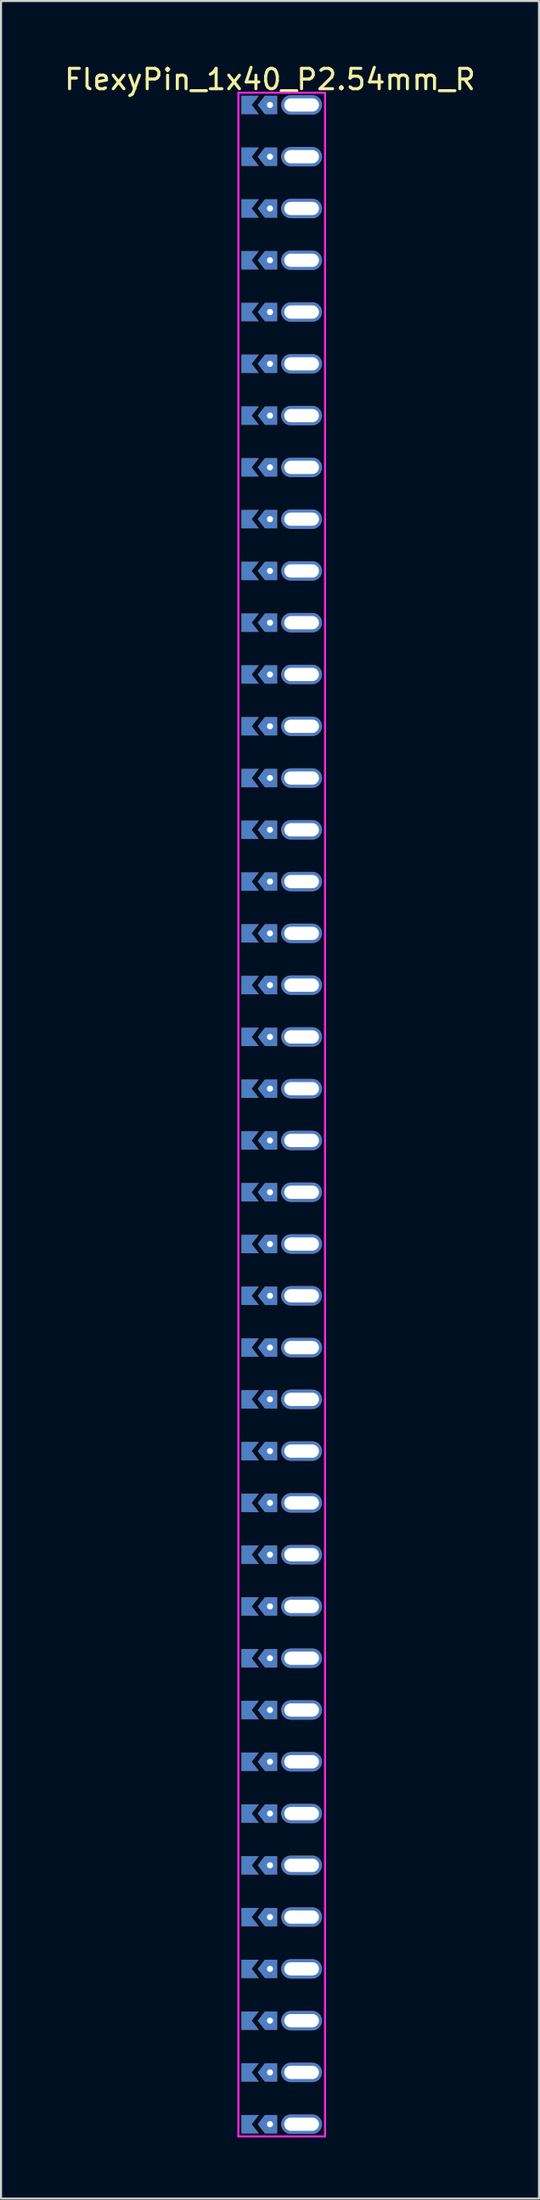
<source format=kicad_pcb>
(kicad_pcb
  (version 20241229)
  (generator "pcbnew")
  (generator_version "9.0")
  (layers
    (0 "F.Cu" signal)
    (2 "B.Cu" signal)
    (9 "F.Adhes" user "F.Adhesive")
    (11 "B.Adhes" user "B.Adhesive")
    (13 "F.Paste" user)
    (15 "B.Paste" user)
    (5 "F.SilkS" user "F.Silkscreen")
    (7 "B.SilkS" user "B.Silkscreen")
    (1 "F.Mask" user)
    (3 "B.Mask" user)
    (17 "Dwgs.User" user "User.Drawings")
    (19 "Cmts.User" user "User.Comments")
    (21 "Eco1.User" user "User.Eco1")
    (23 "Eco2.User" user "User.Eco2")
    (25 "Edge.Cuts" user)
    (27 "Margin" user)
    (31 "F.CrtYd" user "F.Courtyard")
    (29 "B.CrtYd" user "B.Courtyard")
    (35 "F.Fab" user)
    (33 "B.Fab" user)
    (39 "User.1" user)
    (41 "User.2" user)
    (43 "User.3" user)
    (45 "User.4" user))
  (footprint "FlexyPin_1x40_P2.54mm_R"
    (layer "F.Cu")
    (at 10.196 2.098)
    (property "Reference" "FlexyPin_1x40_P2.54mm_R" (at 0 -1.25 0) (layer "F.SilkS") (effects (font (size 1 1) (thickness 0.15))))
    (attr through_hole)
    (fp_line (start -1.55 -0.6) (end 2.7 -0.6) (stroke (width 0.1) (type solid)) (layer "F.CrtYd"))
    (fp_line (start -1.55 99.66) (end -1.55 -0.6) (stroke (width 0.1) (type solid)) (layer "F.CrtYd"))
    (fp_line (start 2.7 -0.6) (end 2.7 99.66) (stroke (width 0.1) (type solid)) (layer "F.CrtYd"))
    (fp_line (start 2.7 99.66) (end -1.55 99.66) (stroke (width 0.1) (type solid)) (layer "F.CrtYd"))
    (pad "" thru_hole custom (at 0 0) (size 0.3 0.3) (drill 0.6) (layers "*.Cu" "*.Mask") (options (anchor rect)) (primitives (gr_poly (pts (xy 0.35 0.45) (xy 0.35 -0.45) (xy -0.25 -0.45) (xy -0.6 0) (xy -0.25 0.45)) (width 0) (fill yes))))
    (pad "" thru_hole custom (at 0 2.54) (size 0.3 0.3) (drill 0.6) (layers "*.Cu" "*.Mask") (options (anchor rect)) (primitives (gr_poly (pts (xy 0.35 0.45) (xy 0.35 -0.45) (xy -0.25 -0.45) (xy -0.6 0) (xy -0.25 0.45)) (width 0) (fill yes))))
    (pad "" thru_hole custom (at 0 5.08) (size 0.3 0.3) (drill 0.6) (layers "*.Cu" "*.Mask") (options (anchor rect)) (primitives (gr_poly (pts (xy 0.35 0.45) (xy 0.35 -0.45) (xy -0.25 -0.45) (xy -0.6 0) (xy -0.25 0.45)) (width 0) (fill yes))))
    (pad "" thru_hole custom (at 0 7.62) (size 0.3 0.3) (drill 0.6) (layers "*.Cu" "*.Mask") (options (anchor rect)) (primitives (gr_poly (pts (xy 0.35 0.45) (xy 0.35 -0.45) (xy -0.25 -0.45) (xy -0.6 0) (xy -0.25 0.45)) (width 0) (fill yes))))
    (pad "" thru_hole custom (at 0 10.16) (size 0.3 0.3) (drill 0.6) (layers "*.Cu" "*.Mask") (options (anchor rect)) (primitives (gr_poly (pts (xy 0.35 0.45) (xy 0.35 -0.45) (xy -0.25 -0.45) (xy -0.6 0) (xy -0.25 0.45)) (width 0) (fill yes))))
    (pad "" thru_hole custom (at 0 12.7) (size 0.3 0.3) (drill 0.6) (layers "*.Cu" "*.Mask") (options (anchor rect)) (primitives (gr_poly (pts (xy 0.35 0.45) (xy 0.35 -0.45) (xy -0.25 -0.45) (xy -0.6 0) (xy -0.25 0.45)) (width 0) (fill yes))))
    (pad "" thru_hole custom (at 0 15.24) (size 0.3 0.3) (drill 0.6) (layers "*.Cu" "*.Mask") (options (anchor rect)) (primitives (gr_poly (pts (xy 0.35 0.45) (xy 0.35 -0.45) (xy -0.25 -0.45) (xy -0.6 0) (xy -0.25 0.45)) (width 0) (fill yes))))
    (pad "" thru_hole custom (at 0 17.78) (size 0.3 0.3) (drill 0.6) (layers "*.Cu" "*.Mask") (options (anchor rect)) (primitives (gr_poly (pts (xy 0.35 0.45) (xy 0.35 -0.45) (xy -0.25 -0.45) (xy -0.6 0) (xy -0.25 0.45)) (width 0) (fill yes))))
    (pad "" thru_hole custom (at 0 20.32) (size 0.3 0.3) (drill 0.6) (layers "*.Cu" "*.Mask") (options (anchor rect)) (primitives (gr_poly (pts (xy 0.35 0.45) (xy 0.35 -0.45) (xy -0.25 -0.45) (xy -0.6 0) (xy -0.25 0.45)) (width 0) (fill yes))))
    (pad "" thru_hole custom (at 0 22.86) (size 0.3 0.3) (drill 0.6) (layers "*.Cu" "*.Mask") (options (anchor rect)) (primitives (gr_poly (pts (xy 0.35 0.45) (xy 0.35 -0.45) (xy -0.25 -0.45) (xy -0.6 0) (xy -0.25 0.45)) (width 0) (fill yes))))
    (pad "" thru_hole custom (at 0 25.4) (size 0.3 0.3) (drill 0.6) (layers "*.Cu" "*.Mask") (options (anchor rect)) (primitives (gr_poly (pts (xy 0.35 0.45) (xy 0.35 -0.45) (xy -0.25 -0.45) (xy -0.6 0) (xy -0.25 0.45)) (width 0) (fill yes))))
    (pad "" thru_hole custom (at 0 27.94) (size 0.3 0.3) (drill 0.6) (layers "*.Cu" "*.Mask") (options (anchor rect)) (primitives (gr_poly (pts (xy 0.35 0.45) (xy 0.35 -0.45) (xy -0.25 -0.45) (xy -0.6 0) (xy -0.25 0.45)) (width 0) (fill yes))))
    (pad "" thru_hole custom (at 0 30.48) (size 0.3 0.3) (drill 0.6) (layers "*.Cu" "*.Mask") (options (anchor rect)) (primitives (gr_poly (pts (xy 0.35 0.45) (xy 0.35 -0.45) (xy -0.25 -0.45) (xy -0.6 0) (xy -0.25 0.45)) (width 0) (fill yes))))
    (pad "" thru_hole custom (at 0 33.02) (size 0.3 0.3) (drill 0.6) (layers "*.Cu" "*.Mask") (options (anchor rect)) (primitives (gr_poly (pts (xy 0.35 0.45) (xy 0.35 -0.45) (xy -0.25 -0.45) (xy -0.6 0) (xy -0.25 0.45)) (width 0) (fill yes))))
    (pad "" thru_hole custom (at 0 35.56) (size 0.3 0.3) (drill 0.6) (layers "*.Cu" "*.Mask") (options (anchor rect)) (primitives (gr_poly (pts (xy 0.35 0.45) (xy 0.35 -0.45) (xy -0.25 -0.45) (xy -0.6 0) (xy -0.25 0.45)) (width 0) (fill yes))))
    (pad "" thru_hole custom (at 0 38.1) (size 0.3 0.3) (drill 0.6) (layers "*.Cu" "*.Mask") (options (anchor rect)) (primitives (gr_poly (pts (xy 0.35 0.45) (xy 0.35 -0.45) (xy -0.25 -0.45) (xy -0.6 0) (xy -0.25 0.45)) (width 0) (fill yes))))
    (pad "" thru_hole custom (at 0 40.64) (size 0.3 0.3) (drill 0.6) (layers "*.Cu" "*.Mask") (options (anchor rect)) (primitives (gr_poly (pts (xy 0.35 0.45) (xy 0.35 -0.45) (xy -0.25 -0.45) (xy -0.6 0) (xy -0.25 0.45)) (width 0) (fill yes))))
    (pad "" thru_hole custom (at 0 43.18) (size 0.3 0.3) (drill 0.6) (layers "*.Cu" "*.Mask") (options (anchor rect)) (primitives (gr_poly (pts (xy 0.35 0.45) (xy 0.35 -0.45) (xy -0.25 -0.45) (xy -0.6 0) (xy -0.25 0.45)) (width 0) (fill yes))))
    (pad "" thru_hole custom (at 0 45.72) (size 0.3 0.3) (drill 0.6) (layers "*.Cu" "*.Mask") (options (anchor rect)) (primitives (gr_poly (pts (xy 0.35 0.45) (xy 0.35 -0.45) (xy -0.25 -0.45) (xy -0.6 0) (xy -0.25 0.45)) (width 0) (fill yes))))
    (pad "" thru_hole custom (at 0 48.26) (size 0.3 0.3) (drill 0.6) (layers "*.Cu" "*.Mask") (options (anchor rect)) (primitives (gr_poly (pts (xy 0.35 0.45) (xy 0.35 -0.45) (xy -0.25 -0.45) (xy -0.6 0) (xy -0.25 0.45)) (width 0) (fill yes))))
    (pad "" thru_hole custom (at 0 50.8) (size 0.3 0.3) (drill 0.6) (layers "*.Cu" "*.Mask") (options (anchor rect)) (primitives (gr_poly (pts (xy 0.35 0.45) (xy 0.35 -0.45) (xy -0.25 -0.45) (xy -0.6 0) (xy -0.25 0.45)) (width 0) (fill yes))))
    (pad "" thru_hole custom (at 0 53.34) (size 0.3 0.3) (drill 0.6) (layers "*.Cu" "*.Mask") (options (anchor rect)) (primitives (gr_poly (pts (xy 0.35 0.45) (xy 0.35 -0.45) (xy -0.25 -0.45) (xy -0.6 0) (xy -0.25 0.45)) (width 0) (fill yes))))
    (pad "" thru_hole custom (at 0 55.88) (size 0.3 0.3) (drill 0.6) (layers "*.Cu" "*.Mask") (options (anchor rect)) (primitives (gr_poly (pts (xy 0.35 0.45) (xy 0.35 -0.45) (xy -0.25 -0.45) (xy -0.6 0) (xy -0.25 0.45)) (width 0) (fill yes))))
    (pad "" thru_hole custom (at 0 58.42) (size 0.3 0.3) (drill 0.6) (layers "*.Cu" "*.Mask") (options (anchor rect)) (primitives (gr_poly (pts (xy 0.35 0.45) (xy 0.35 -0.45) (xy -0.25 -0.45) (xy -0.6 0) (xy -0.25 0.45)) (width 0) (fill yes))))
    (pad "" thru_hole custom (at 0 60.96) (size 0.3 0.3) (drill 0.6) (layers "*.Cu" "*.Mask") (options (anchor rect)) (primitives (gr_poly (pts (xy 0.35 0.45) (xy 0.35 -0.45) (xy -0.25 -0.45) (xy -0.6 0) (xy -0.25 0.45)) (width 0) (fill yes))))
    (pad "" thru_hole custom (at 0 63.5) (size 0.3 0.3) (drill 0.6) (layers "*.Cu" "*.Mask") (options (anchor rect)) (primitives (gr_poly (pts (xy 0.35 0.45) (xy 0.35 -0.45) (xy -0.25 -0.45) (xy -0.6 0) (xy -0.25 0.45)) (width 0) (fill yes))))
    (pad "" thru_hole custom (at 0 66.04) (size 0.3 0.3) (drill 0.6) (layers "*.Cu" "*.Mask") (options (anchor rect)) (primitives (gr_poly (pts (xy 0.35 0.45) (xy 0.35 -0.45) (xy -0.25 -0.45) (xy -0.6 0) (xy -0.25 0.45)) (width 0) (fill yes))))
    (pad "" thru_hole custom (at 0 68.58) (size 0.3 0.3) (drill 0.6) (layers "*.Cu" "*.Mask") (options (anchor rect)) (primitives (gr_poly (pts (xy 0.35 0.45) (xy 0.35 -0.45) (xy -0.25 -0.45) (xy -0.6 0) (xy -0.25 0.45)) (width 0) (fill yes))))
    (pad "" thru_hole custom (at 0 71.12) (size 0.3 0.3) (drill 0.6) (layers "*.Cu" "*.Mask") (options (anchor rect)) (primitives (gr_poly (pts (xy 0.35 0.45) (xy 0.35 -0.45) (xy -0.25 -0.45) (xy -0.6 0) (xy -0.25 0.45)) (width 0) (fill yes))))
    (pad "" thru_hole custom (at 0 73.66) (size 0.3 0.3) (drill 0.6) (layers "*.Cu" "*.Mask") (options (anchor rect)) (primitives (gr_poly (pts (xy 0.35 0.45) (xy 0.35 -0.45) (xy -0.25 -0.45) (xy -0.6 0) (xy -0.25 0.45)) (width 0) (fill yes))))
    (pad "" thru_hole custom (at 0 76.2) (size 0.3 0.3) (drill 0.6) (layers "*.Cu" "*.Mask") (options (anchor rect)) (primitives (gr_poly (pts (xy 0.35 0.45) (xy 0.35 -0.45) (xy -0.25 -0.45) (xy -0.6 0) (xy -0.25 0.45)) (width 0) (fill yes))))
    (pad "" thru_hole custom (at 0 78.74) (size 0.3 0.3) (drill 0.6) (layers "*.Cu" "*.Mask") (options (anchor rect)) (primitives (gr_poly (pts (xy 0.35 0.45) (xy 0.35 -0.45) (xy -0.25 -0.45) (xy -0.6 0) (xy -0.25 0.45)) (width 0) (fill yes))))
    (pad "" thru_hole custom (at 0 81.28) (size 0.3 0.3) (drill 0.6) (layers "*.Cu" "*.Mask") (options (anchor rect)) (primitives (gr_poly (pts (xy 0.35 0.45) (xy 0.35 -0.45) (xy -0.25 -0.45) (xy -0.6 0) (xy -0.25 0.45)) (width 0) (fill yes))))
    (pad "" thru_hole custom (at 0 83.82) (size 0.3 0.3) (drill 0.6) (layers "*.Cu" "*.Mask") (options (anchor rect)) (primitives (gr_poly (pts (xy 0.35 0.45) (xy 0.35 -0.45) (xy -0.25 -0.45) (xy -0.6 0) (xy -0.25 0.45)) (width 0) (fill yes))))
    (pad "" thru_hole custom (at 0 86.36) (size 0.3 0.3) (drill 0.6) (layers "*.Cu" "*.Mask") (options (anchor rect)) (primitives (gr_poly (pts (xy 0.35 0.45) (xy 0.35 -0.45) (xy -0.25 -0.45) (xy -0.6 0) (xy -0.25 0.45)) (width 0) (fill yes))))
    (pad "" thru_hole custom (at 0 88.9) (size 0.3 0.3) (drill 0.6) (layers "*.Cu" "*.Mask") (options (anchor rect)) (primitives (gr_poly (pts (xy 0.35 0.45) (xy 0.35 -0.45) (xy -0.25 -0.45) (xy -0.6 0) (xy -0.25 0.45)) (width 0) (fill yes))))
    (pad "" thru_hole custom (at 0 91.44) (size 0.3 0.3) (drill 0.6) (layers "*.Cu" "*.Mask") (options (anchor rect)) (primitives (gr_poly (pts (xy 0.35 0.45) (xy 0.35 -0.45) (xy -0.25 -0.45) (xy -0.6 0) (xy -0.25 0.45)) (width 0) (fill yes))))
    (pad "" thru_hole custom (at 0 93.98) (size 0.3 0.3) (drill 0.6) (layers "*.Cu" "*.Mask") (options (anchor rect)) (primitives (gr_poly (pts (xy 0.35 0.45) (xy 0.35 -0.45) (xy -0.25 -0.45) (xy -0.6 0) (xy -0.25 0.45)) (width 0) (fill yes))))
    (pad "" thru_hole custom (at 0 96.52) (size 0.3 0.3) (drill 0.6) (layers "*.Cu" "*.Mask") (options (anchor rect)) (primitives (gr_poly (pts (xy 0.35 0.45) (xy 0.35 -0.45) (xy -0.25 -0.45) (xy -0.6 0) (xy -0.25 0.45)) (width 0) (fill yes))))
    (pad "" thru_hole custom (at 0 99.06) (size 0.3 0.3) (drill 0.6) (layers "*.Cu" "*.Mask") (options (anchor rect)) (primitives (gr_poly (pts (xy 0.35 0.45) (xy 0.35 -0.45) (xy -0.25 -0.45) (xy -0.6 0) (xy -0.25 0.45)) (width 0) (fill yes))))
    (pad "" thru_hole oval (at 1.55 0) (size 2 0.95) (drill oval 1.7 0.65) (layers "*.Cu" "*.Mask"))
    (pad "" thru_hole oval (at 1.55 2.54) (size 2 0.95) (drill oval 1.7 0.65) (layers "*.Cu" "*.Mask"))
    (pad "" thru_hole oval (at 1.55 5.08) (size 2 0.95) (drill oval 1.7 0.65) (layers "*.Cu" "*.Mask"))
    (pad "" thru_hole oval (at 1.55 7.62) (size 2 0.95) (drill oval 1.7 0.65) (layers "*.Cu" "*.Mask"))
    (pad "" thru_hole oval (at 1.55 10.16) (size 2 0.95) (drill oval 1.7 0.65) (layers "*.Cu" "*.Mask"))
    (pad "" thru_hole oval (at 1.55 12.7) (size 2 0.95) (drill oval 1.7 0.65) (layers "*.Cu" "*.Mask"))
    (pad "" thru_hole oval (at 1.55 15.24) (size 2 0.95) (drill oval 1.7 0.65) (layers "*.Cu" "*.Mask"))
    (pad "" thru_hole oval (at 1.55 17.78) (size 2 0.95) (drill oval 1.7 0.65) (layers "*.Cu" "*.Mask"))
    (pad "" thru_hole oval (at 1.55 20.32) (size 2 0.95) (drill oval 1.7 0.65) (layers "*.Cu" "*.Mask"))
    (pad "" thru_hole oval (at 1.55 22.86) (size 2 0.95) (drill oval 1.7 0.65) (layers "*.Cu" "*.Mask"))
    (pad "" thru_hole oval (at 1.55 25.4) (size 2 0.95) (drill oval 1.7 0.65) (layers "*.Cu" "*.Mask"))
    (pad "" thru_hole oval (at 1.55 27.94) (size 2 0.95) (drill oval 1.7 0.65) (layers "*.Cu" "*.Mask"))
    (pad "" thru_hole oval (at 1.55 30.48) (size 2 0.95) (drill oval 1.7 0.65) (layers "*.Cu" "*.Mask"))
    (pad "" thru_hole oval (at 1.55 33.02) (size 2 0.95) (drill oval 1.7 0.65) (layers "*.Cu" "*.Mask"))
    (pad "" thru_hole oval (at 1.55 35.56) (size 2 0.95) (drill oval 1.7 0.65) (layers "*.Cu" "*.Mask"))
    (pad "" thru_hole oval (at 1.55 38.1) (size 2 0.95) (drill oval 1.7 0.65) (layers "*.Cu" "*.Mask"))
    (pad "" thru_hole oval (at 1.55 40.64) (size 2 0.95) (drill oval 1.7 0.65) (layers "*.Cu" "*.Mask"))
    (pad "" thru_hole oval (at 1.55 43.18) (size 2 0.95) (drill oval 1.7 0.65) (layers "*.Cu" "*.Mask"))
    (pad "" thru_hole oval (at 1.55 45.72) (size 2 0.95) (drill oval 1.7 0.65) (layers "*.Cu" "*.Mask"))
    (pad "" thru_hole oval (at 1.55 48.26) (size 2 0.95) (drill oval 1.7 0.65) (layers "*.Cu" "*.Mask"))
    (pad "" thru_hole oval (at 1.55 50.8) (size 2 0.95) (drill oval 1.7 0.65) (layers "*.Cu" "*.Mask"))
    (pad "" thru_hole oval (at 1.55 53.34) (size 2 0.95) (drill oval 1.7 0.65) (layers "*.Cu" "*.Mask"))
    (pad "" thru_hole oval (at 1.55 55.88) (size 2 0.95) (drill oval 1.7 0.65) (layers "*.Cu" "*.Mask"))
    (pad "" thru_hole oval (at 1.55 58.42) (size 2 0.95) (drill oval 1.7 0.65) (layers "*.Cu" "*.Mask"))
    (pad "" thru_hole oval (at 1.55 60.96) (size 2 0.95) (drill oval 1.7 0.65) (layers "*.Cu" "*.Mask"))
    (pad "" thru_hole oval (at 1.55 63.5) (size 2 0.95) (drill oval 1.7 0.65) (layers "*.Cu" "*.Mask"))
    (pad "" thru_hole oval (at 1.55 66.04) (size 2 0.95) (drill oval 1.7 0.65) (layers "*.Cu" "*.Mask"))
    (pad "" thru_hole oval (at 1.55 68.58) (size 2 0.95) (drill oval 1.7 0.65) (layers "*.Cu" "*.Mask"))
    (pad "" thru_hole oval (at 1.55 71.12) (size 2 0.95) (drill oval 1.7 0.65) (layers "*.Cu" "*.Mask"))
    (pad "" thru_hole oval (at 1.55 73.66) (size 2 0.95) (drill oval 1.7 0.65) (layers "*.Cu" "*.Mask"))
    (pad "" thru_hole oval (at 1.55 76.2) (size 2 0.95) (drill oval 1.7 0.65) (layers "*.Cu" "*.Mask"))
    (pad "" thru_hole oval (at 1.55 78.74) (size 2 0.95) (drill oval 1.7 0.65) (layers "*.Cu" "*.Mask"))
    (pad "" thru_hole oval (at 1.55 81.28) (size 2 0.95) (drill oval 1.7 0.65) (layers "*.Cu" "*.Mask"))
    (pad "" thru_hole oval (at 1.55 83.82) (size 2 0.95) (drill oval 1.7 0.65) (layers "*.Cu" "*.Mask"))
    (pad "" thru_hole oval (at 1.55 86.36) (size 2 0.95) (drill oval 1.7 0.65) (layers "*.Cu" "*.Mask"))
    (pad "" thru_hole oval (at 1.55 88.9) (size 2 0.95) (drill oval 1.7 0.65) (layers "*.Cu" "*.Mask"))
    (pad "" thru_hole oval (at 1.55 91.44) (size 2 0.95) (drill oval 1.7 0.65) (layers "*.Cu" "*.Mask"))
    (pad "" thru_hole oval (at 1.55 93.98) (size 2 0.95) (drill oval 1.7 0.65) (layers "*.Cu" "*.Mask"))
    (pad "" thru_hole oval (at 1.55 96.52) (size 2 0.95) (drill oval 1.7 0.65) (layers "*.Cu" "*.Mask"))
    (pad "" thru_hole oval (at 1.55 99.06) (size 2 0.95) (drill oval 1.7 0.65) (layers "*.Cu" "*.Mask"))
    (pad "1" smd custom (at -0.9 0) (size 0.01 0.01) (layers "F.Cu" "F.Mask") (options (anchor rect)) (primitives (gr_poly (pts (xy 0 0) (xy 0.35 0.45) (xy -0.5 0.45) (xy -0.5 -0.45) (xy 0.35 -0.45)) (width 0) (fill yes))))
    (pad "2" smd custom (at -0.9 2.54) (size 0.01 0.01) (layers "F.Cu" "F.Mask") (options (anchor rect)) (primitives (gr_poly (pts (xy 0 0) (xy 0.35 0.45) (xy -0.5 0.45) (xy -0.5 -0.45) (xy 0.35 -0.45)) (width 0) (fill yes))))
    (pad "3" smd custom (at -0.9 5.08) (size 0.01 0.01) (layers "F.Cu" "F.Mask") (options (anchor rect)) (primitives (gr_poly (pts (xy 0 0) (xy 0.35 0.45) (xy -0.5 0.45) (xy -0.5 -0.45) (xy 0.35 -0.45)) (width 0) (fill yes))))
    (pad "4" smd custom (at -0.9 7.62) (size 0.01 0.01) (layers "F.Cu" "F.Mask") (options (anchor rect)) (primitives (gr_poly (pts (xy 0 0) (xy 0.35 0.45) (xy -0.5 0.45) (xy -0.5 -0.45) (xy 0.35 -0.45)) (width 0) (fill yes))))
    (pad "5" smd custom (at -0.9 10.16) (size 0.01 0.01) (layers "F.Cu" "F.Mask") (options (anchor rect)) (primitives (gr_poly (pts (xy 0 0) (xy 0.35 0.45) (xy -0.5 0.45) (xy -0.5 -0.45) (xy 0.35 -0.45)) (width 0) (fill yes))))
    (pad "6" smd custom (at -0.9 12.7) (size 0.01 0.01) (layers "F.Cu" "F.Mask") (options (anchor rect)) (primitives (gr_poly (pts (xy 0 0) (xy 0.35 0.45) (xy -0.5 0.45) (xy -0.5 -0.45) (xy 0.35 -0.45)) (width 0) (fill yes))))
    (pad "7" smd custom (at -0.9 15.24) (size 0.01 0.01) (layers "F.Cu" "F.Mask") (options (anchor rect)) (primitives (gr_poly (pts (xy 0 0) (xy 0.35 0.45) (xy -0.5 0.45) (xy -0.5 -0.45) (xy 0.35 -0.45)) (width 0) (fill yes))))
    (pad "8" smd custom (at -0.9 17.78) (size 0.01 0.01) (layers "F.Cu" "F.Mask") (options (anchor rect)) (primitives (gr_poly (pts (xy 0 0) (xy 0.35 0.45) (xy -0.5 0.45) (xy -0.5 -0.45) (xy 0.35 -0.45)) (width 0) (fill yes))))
    (pad "9" smd custom (at -0.9 20.32) (size 0.01 0.01) (layers "F.Cu" "F.Mask") (options (anchor rect)) (primitives (gr_poly (pts (xy 0 0) (xy 0.35 0.45) (xy -0.5 0.45) (xy -0.5 -0.45) (xy 0.35 -0.45)) (width 0) (fill yes))))
    (pad "10" smd custom (at -0.9 22.86) (size 0.01 0.01) (layers "F.Cu" "F.Mask") (options (anchor rect)) (primitives (gr_poly (pts (xy 0 0) (xy 0.35 0.45) (xy -0.5 0.45) (xy -0.5 -0.45) (xy 0.35 -0.45)) (width 0) (fill yes))))
    (pad "11" smd custom (at -0.9 25.4) (size 0.01 0.01) (layers "F.Cu" "F.Mask") (options (anchor rect)) (primitives (gr_poly (pts (xy 0 0) (xy 0.35 0.45) (xy -0.5 0.45) (xy -0.5 -0.45) (xy 0.35 -0.45)) (width 0) (fill yes))))
    (pad "12" smd custom (at -0.9 27.94) (size 0.01 0.01) (layers "F.Cu" "F.Mask") (options (anchor rect)) (primitives (gr_poly (pts (xy 0 0) (xy 0.35 0.45) (xy -0.5 0.45) (xy -0.5 -0.45) (xy 0.35 -0.45)) (width 0) (fill yes))))
    (pad "13" smd custom (at -0.9 30.48) (size 0.01 0.01) (layers "F.Cu" "F.Mask") (options (anchor rect)) (primitives (gr_poly (pts (xy 0 0) (xy 0.35 0.45) (xy -0.5 0.45) (xy -0.5 -0.45) (xy 0.35 -0.45)) (width 0) (fill yes))))
    (pad "14" smd custom (at -0.9 33.02) (size 0.01 0.01) (layers "F.Cu" "F.Mask") (options (anchor rect)) (primitives (gr_poly (pts (xy 0 0) (xy 0.35 0.45) (xy -0.5 0.45) (xy -0.5 -0.45) (xy 0.35 -0.45)) (width 0) (fill yes))))
    (pad "15" smd custom (at -0.9 35.56) (size 0.01 0.01) (layers "F.Cu" "F.Mask") (options (anchor rect)) (primitives (gr_poly (pts (xy 0 0) (xy 0.35 0.45) (xy -0.5 0.45) (xy -0.5 -0.45) (xy 0.35 -0.45)) (width 0) (fill yes))))
    (pad "16" smd custom (at -0.9 38.1) (size 0.01 0.01) (layers "F.Cu" "F.Mask") (options (anchor rect)) (primitives (gr_poly (pts (xy 0 0) (xy 0.35 0.45) (xy -0.5 0.45) (xy -0.5 -0.45) (xy 0.35 -0.45)) (width 0) (fill yes))))
    (pad "17" smd custom (at -0.9 40.64) (size 0.01 0.01) (layers "F.Cu" "F.Mask") (options (anchor rect)) (primitives (gr_poly (pts (xy 0 0) (xy 0.35 0.45) (xy -0.5 0.45) (xy -0.5 -0.45) (xy 0.35 -0.45)) (width 0) (fill yes))))
    (pad "18" smd custom (at -0.9 43.18) (size 0.01 0.01) (layers "F.Cu" "F.Mask") (options (anchor rect)) (primitives (gr_poly (pts (xy 0 0) (xy 0.35 0.45) (xy -0.5 0.45) (xy -0.5 -0.45) (xy 0.35 -0.45)) (width 0) (fill yes))))
    (pad "19" smd custom (at -0.9 45.72) (size 0.01 0.01) (layers "F.Cu" "F.Mask") (options (anchor rect)) (primitives (gr_poly (pts (xy 0 0) (xy 0.35 0.45) (xy -0.5 0.45) (xy -0.5 -0.45) (xy 0.35 -0.45)) (width 0) (fill yes))))
    (pad "20" smd custom (at -0.9 48.26) (size 0.01 0.01) (layers "F.Cu" "F.Mask") (options (anchor rect)) (primitives (gr_poly (pts (xy 0 0) (xy 0.35 0.45) (xy -0.5 0.45) (xy -0.5 -0.45) (xy 0.35 -0.45)) (width 0) (fill yes))))
    (pad "21" smd custom (at -0.9 50.8) (size 0.01 0.01) (layers "F.Cu" "F.Mask") (options (anchor rect)) (primitives (gr_poly (pts (xy 0 0) (xy 0.35 0.45) (xy -0.5 0.45) (xy -0.5 -0.45) (xy 0.35 -0.45)) (width 0) (fill yes))))
    (pad "22" smd custom (at -0.9 53.34) (size 0.01 0.01) (layers "F.Cu" "F.Mask") (options (anchor rect)) (primitives (gr_poly (pts (xy 0 0) (xy 0.35 0.45) (xy -0.5 0.45) (xy -0.5 -0.45) (xy 0.35 -0.45)) (width 0) (fill yes))))
    (pad "23" smd custom (at -0.9 55.88) (size 0.01 0.01) (layers "F.Cu" "F.Mask") (options (anchor rect)) (primitives (gr_poly (pts (xy 0 0) (xy 0.35 0.45) (xy -0.5 0.45) (xy -0.5 -0.45) (xy 0.35 -0.45)) (width 0) (fill yes))))
    (pad "24" smd custom (at -0.9 58.42) (size 0.01 0.01) (layers "F.Cu" "F.Mask") (options (anchor rect)) (primitives (gr_poly (pts (xy 0 0) (xy 0.35 0.45) (xy -0.5 0.45) (xy -0.5 -0.45) (xy 0.35 -0.45)) (width 0) (fill yes))))
    (pad "25" smd custom (at -0.9 60.96) (size 0.01 0.01) (layers "F.Cu" "F.Mask") (options (anchor rect)) (primitives (gr_poly (pts (xy 0 0) (xy 0.35 0.45) (xy -0.5 0.45) (xy -0.5 -0.45) (xy 0.35 -0.45)) (width 0) (fill yes))))
    (pad "26" smd custom (at -0.9 63.5) (size 0.01 0.01) (layers "F.Cu" "F.Mask") (options (anchor rect)) (primitives (gr_poly (pts (xy 0 0) (xy 0.35 0.45) (xy -0.5 0.45) (xy -0.5 -0.45) (xy 0.35 -0.45)) (width 0) (fill yes))))
    (pad "27" smd custom (at -0.9 66.04) (size 0.01 0.01) (layers "F.Cu" "F.Mask") (options (anchor rect)) (primitives (gr_poly (pts (xy 0 0) (xy 0.35 0.45) (xy -0.5 0.45) (xy -0.5 -0.45) (xy 0.35 -0.45)) (width 0) (fill yes))))
    (pad "28" smd custom (at -0.9 68.58) (size 0.01 0.01) (layers "F.Cu" "F.Mask") (options (anchor rect)) (primitives (gr_poly (pts (xy 0 0) (xy 0.35 0.45) (xy -0.5 0.45) (xy -0.5 -0.45) (xy 0.35 -0.45)) (width 0) (fill yes))))
    (pad "29" smd custom (at -0.9 71.12) (size 0.01 0.01) (layers "F.Cu" "F.Mask") (options (anchor rect)) (primitives (gr_poly (pts (xy 0 0) (xy 0.35 0.45) (xy -0.5 0.45) (xy -0.5 -0.45) (xy 0.35 -0.45)) (width 0) (fill yes))))
    (pad "30" smd custom (at -0.9 73.66) (size 0.01 0.01) (layers "F.Cu" "F.Mask") (options (anchor rect)) (primitives (gr_poly (pts (xy 0 0) (xy 0.35 0.45) (xy -0.5 0.45) (xy -0.5 -0.45) (xy 0.35 -0.45)) (width 0) (fill yes))))
    (pad "31" smd custom (at -0.9 76.2) (size 0.01 0.01) (layers "F.Cu" "F.Mask") (options (anchor rect)) (primitives (gr_poly (pts (xy 0 0) (xy 0.35 0.45) (xy -0.5 0.45) (xy -0.5 -0.45) (xy 0.35 -0.45)) (width 0) (fill yes))))
    (pad "32" smd custom (at -0.9 78.74) (size 0.01 0.01) (layers "F.Cu" "F.Mask") (options (anchor rect)) (primitives (gr_poly (pts (xy 0 0) (xy 0.35 0.45) (xy -0.5 0.45) (xy -0.5 -0.45) (xy 0.35 -0.45)) (width 0) (fill yes))))
    (pad "33" smd custom (at -0.9 81.28) (size 0.01 0.01) (layers "F.Cu" "F.Mask") (options (anchor rect)) (primitives (gr_poly (pts (xy 0 0) (xy 0.35 0.45) (xy -0.5 0.45) (xy -0.5 -0.45) (xy 0.35 -0.45)) (width 0) (fill yes))))
    (pad "34" smd custom (at -0.9 83.82) (size 0.01 0.01) (layers "F.Cu" "F.Mask") (options (anchor rect)) (primitives (gr_poly (pts (xy 0 0) (xy 0.35 0.45) (xy -0.5 0.45) (xy -0.5 -0.45) (xy 0.35 -0.45)) (width 0) (fill yes))))
    (pad "35" smd custom (at -0.9 86.36) (size 0.01 0.01) (layers "F.Cu" "F.Mask") (options (anchor rect)) (primitives (gr_poly (pts (xy 0 0) (xy 0.35 0.45) (xy -0.5 0.45) (xy -0.5 -0.45) (xy 0.35 -0.45)) (width 0) (fill yes))))
    (pad "36" smd custom (at -0.9 88.9) (size 0.01 0.01) (layers "F.Cu" "F.Mask") (options (anchor rect)) (primitives (gr_poly (pts (xy 0 0) (xy 0.35 0.45) (xy -0.5 0.45) (xy -0.5 -0.45) (xy 0.35 -0.45)) (width 0) (fill yes))))
    (pad "37" smd custom (at -0.9 91.44) (size 0.01 0.01) (layers "F.Cu" "F.Mask") (options (anchor rect)) (primitives (gr_poly (pts (xy 0 0) (xy 0.35 0.45) (xy -0.5 0.45) (xy -0.5 -0.45) (xy 0.35 -0.45)) (width 0) (fill yes))))
    (pad "38" smd custom (at -0.9 93.98) (size 0.01 0.01) (layers "F.Cu" "F.Mask") (options (anchor rect)) (primitives (gr_poly (pts (xy 0 0) (xy 0.35 0.45) (xy -0.5 0.45) (xy -0.5 -0.45) (xy 0.35 -0.45)) (width 0) (fill yes))))
    (pad "39" smd custom (at -0.9 96.52) (size 0.01 0.01) (layers "F.Cu" "F.Mask") (options (anchor rect)) (primitives (gr_poly (pts (xy 0 0) (xy 0.35 0.45) (xy -0.5 0.45) (xy -0.5 -0.45) (xy 0.35 -0.45)) (width 0) (fill yes))))
    (pad "40" smd custom (at -0.9 99.06) (size 0.01 0.01) (layers "F.Cu" "F.Mask") (options (anchor rect)) (primitives (gr_poly (pts (xy 0 0) (xy 0.35 0.45) (xy -0.5 0.45) (xy -0.5 -0.45) (xy 0.35 -0.45)) (width 0) (fill yes))))
    (pad "41" smd custom (at -0.9 0) (size 0.01 0.01) (layers "B.Cu" "B.Mask") (options (anchor rect)) (primitives (gr_poly (pts (xy 0 0) (xy 0.35 0.45) (xy -0.5 0.45) (xy -0.5 -0.45) (xy 0.35 -0.45)) (width 0) (fill yes))))
    (pad "42" smd custom (at -0.9 2.54) (size 0.01 0.01) (layers "B.Cu" "B.Mask") (options (anchor rect)) (primitives (gr_poly (pts (xy 0 0) (xy 0.35 0.45) (xy -0.5 0.45) (xy -0.5 -0.45) (xy 0.35 -0.45)) (width 0) (fill yes))))
    (pad "43" smd custom (at -0.9 5.08) (size 0.01 0.01) (layers "B.Cu" "B.Mask") (options (anchor rect)) (primitives (gr_poly (pts (xy 0 0) (xy 0.35 0.45) (xy -0.5 0.45) (xy -0.5 -0.45) (xy 0.35 -0.45)) (width 0) (fill yes))))
    (pad "44" smd custom (at -0.9 7.62) (size 0.01 0.01) (layers "B.Cu" "B.Mask") (options (anchor rect)) (primitives (gr_poly (pts (xy 0 0) (xy 0.35 0.45) (xy -0.5 0.45) (xy -0.5 -0.45) (xy 0.35 -0.45)) (width 0) (fill yes))))
    (pad "45" smd custom (at -0.9 10.16) (size 0.01 0.01) (layers "B.Cu" "B.Mask") (options (anchor rect)) (primitives (gr_poly (pts (xy 0 0) (xy 0.35 0.45) (xy -0.5 0.45) (xy -0.5 -0.45) (xy 0.35 -0.45)) (width 0) (fill yes))))
    (pad "46" smd custom (at -0.9 12.7) (size 0.01 0.01) (layers "B.Cu" "B.Mask") (options (anchor rect)) (primitives (gr_poly (pts (xy 0 0) (xy 0.35 0.45) (xy -0.5 0.45) (xy -0.5 -0.45) (xy 0.35 -0.45)) (width 0) (fill yes))))
    (pad "47" smd custom (at -0.9 15.24) (size 0.01 0.01) (layers "B.Cu" "B.Mask") (options (anchor rect)) (primitives (gr_poly (pts (xy 0 0) (xy 0.35 0.45) (xy -0.5 0.45) (xy -0.5 -0.45) (xy 0.35 -0.45)) (width 0) (fill yes))))
    (pad "48" smd custom (at -0.9 17.78) (size 0.01 0.01) (layers "B.Cu" "B.Mask") (options (anchor rect)) (primitives (gr_poly (pts (xy 0 0) (xy 0.35 0.45) (xy -0.5 0.45) (xy -0.5 -0.45) (xy 0.35 -0.45)) (width 0) (fill yes))))
    (pad "49" smd custom (at -0.9 20.32) (size 0.01 0.01) (layers "B.Cu" "B.Mask") (options (anchor rect)) (primitives (gr_poly (pts (xy 0 0) (xy 0.35 0.45) (xy -0.5 0.45) (xy -0.5 -0.45) (xy 0.35 -0.45)) (width 0) (fill yes))))
    (pad "50" smd custom (at -0.9 22.86) (size 0.01 0.01) (layers "B.Cu" "B.Mask") (options (anchor rect)) (primitives (gr_poly (pts (xy 0 0) (xy 0.35 0.45) (xy -0.5 0.45) (xy -0.5 -0.45) (xy 0.35 -0.45)) (width 0) (fill yes))))
    (pad "51" smd custom (at -0.9 25.4) (size 0.01 0.01) (layers "B.Cu" "B.Mask") (options (anchor rect)) (primitives (gr_poly (pts (xy 0 0) (xy 0.35 0.45) (xy -0.5 0.45) (xy -0.5 -0.45) (xy 0.35 -0.45)) (width 0) (fill yes))))
    (pad "52" smd custom (at -0.9 27.94) (size 0.01 0.01) (layers "B.Cu" "B.Mask") (options (anchor rect)) (primitives (gr_poly (pts (xy 0 0) (xy 0.35 0.45) (xy -0.5 0.45) (xy -0.5 -0.45) (xy 0.35 -0.45)) (width 0) (fill yes))))
    (pad "53" smd custom (at -0.9 30.48) (size 0.01 0.01) (layers "B.Cu" "B.Mask") (options (anchor rect)) (primitives (gr_poly (pts (xy 0 0) (xy 0.35 0.45) (xy -0.5 0.45) (xy -0.5 -0.45) (xy 0.35 -0.45)) (width 0) (fill yes))))
    (pad "54" smd custom (at -0.9 33.02) (size 0.01 0.01) (layers "B.Cu" "B.Mask") (options (anchor rect)) (primitives (gr_poly (pts (xy 0 0) (xy 0.35 0.45) (xy -0.5 0.45) (xy -0.5 -0.45) (xy 0.35 -0.45)) (width 0) (fill yes))))
    (pad "55" smd custom (at -0.9 35.56) (size 0.01 0.01) (layers "B.Cu" "B.Mask") (options (anchor rect)) (primitives (gr_poly (pts (xy 0 0) (xy 0.35 0.45) (xy -0.5 0.45) (xy -0.5 -0.45) (xy 0.35 -0.45)) (width 0) (fill yes))))
    (pad "56" smd custom (at -0.9 38.1) (size 0.01 0.01) (layers "B.Cu" "B.Mask") (options (anchor rect)) (primitives (gr_poly (pts (xy 0 0) (xy 0.35 0.45) (xy -0.5 0.45) (xy -0.5 -0.45) (xy 0.35 -0.45)) (width 0) (fill yes))))
    (pad "57" smd custom (at -0.9 40.64) (size 0.01 0.01) (layers "B.Cu" "B.Mask") (options (anchor rect)) (primitives (gr_poly (pts (xy 0 0) (xy 0.35 0.45) (xy -0.5 0.45) (xy -0.5 -0.45) (xy 0.35 -0.45)) (width 0) (fill yes))))
    (pad "58" smd custom (at -0.9 43.18) (size 0.01 0.01) (layers "B.Cu" "B.Mask") (options (anchor rect)) (primitives (gr_poly (pts (xy 0 0) (xy 0.35 0.45) (xy -0.5 0.45) (xy -0.5 -0.45) (xy 0.35 -0.45)) (width 0) (fill yes))))
    (pad "59" smd custom (at -0.9 45.72) (size 0.01 0.01) (layers "B.Cu" "B.Mask") (options (anchor rect)) (primitives (gr_poly (pts (xy 0 0) (xy 0.35 0.45) (xy -0.5 0.45) (xy -0.5 -0.45) (xy 0.35 -0.45)) (width 0) (fill yes))))
    (pad "60" smd custom (at -0.9 48.26) (size 0.01 0.01) (layers "B.Cu" "B.Mask") (options (anchor rect)) (primitives (gr_poly (pts (xy 0 0) (xy 0.35 0.45) (xy -0.5 0.45) (xy -0.5 -0.45) (xy 0.35 -0.45)) (width 0) (fill yes))))
    (pad "61" smd custom (at -0.9 50.8) (size 0.01 0.01) (layers "B.Cu" "B.Mask") (options (anchor rect)) (primitives (gr_poly (pts (xy 0 0) (xy 0.35 0.45) (xy -0.5 0.45) (xy -0.5 -0.45) (xy 0.35 -0.45)) (width 0) (fill yes))))
    (pad "62" smd custom (at -0.9 53.34) (size 0.01 0.01) (layers "B.Cu" "B.Mask") (options (anchor rect)) (primitives (gr_poly (pts (xy 0 0) (xy 0.35 0.45) (xy -0.5 0.45) (xy -0.5 -0.45) (xy 0.35 -0.45)) (width 0) (fill yes))))
    (pad "63" smd custom (at -0.9 55.88) (size 0.01 0.01) (layers "B.Cu" "B.Mask") (options (anchor rect)) (primitives (gr_poly (pts (xy 0 0) (xy 0.35 0.45) (xy -0.5 0.45) (xy -0.5 -0.45) (xy 0.35 -0.45)) (width 0) (fill yes))))
    (pad "64" smd custom (at -0.9 58.42) (size 0.01 0.01) (layers "B.Cu" "B.Mask") (options (anchor rect)) (primitives (gr_poly (pts (xy 0 0) (xy 0.35 0.45) (xy -0.5 0.45) (xy -0.5 -0.45) (xy 0.35 -0.45)) (width 0) (fill yes))))
    (pad "65" smd custom (at -0.9 60.96) (size 0.01 0.01) (layers "B.Cu" "B.Mask") (options (anchor rect)) (primitives (gr_poly (pts (xy 0 0) (xy 0.35 0.45) (xy -0.5 0.45) (xy -0.5 -0.45) (xy 0.35 -0.45)) (width 0) (fill yes))))
    (pad "66" smd custom (at -0.9 63.5) (size 0.01 0.01) (layers "B.Cu" "B.Mask") (options (anchor rect)) (primitives (gr_poly (pts (xy 0 0) (xy 0.35 0.45) (xy -0.5 0.45) (xy -0.5 -0.45) (xy 0.35 -0.45)) (width 0) (fill yes))))
    (pad "67" smd custom (at -0.9 66.04) (size 0.01 0.01) (layers "B.Cu" "B.Mask") (options (anchor rect)) (primitives (gr_poly (pts (xy 0 0) (xy 0.35 0.45) (xy -0.5 0.45) (xy -0.5 -0.45) (xy 0.35 -0.45)) (width 0) (fill yes))))
    (pad "68" smd custom (at -0.9 68.58) (size 0.01 0.01) (layers "B.Cu" "B.Mask") (options (anchor rect)) (primitives (gr_poly (pts (xy 0 0) (xy 0.35 0.45) (xy -0.5 0.45) (xy -0.5 -0.45) (xy 0.35 -0.45)) (width 0) (fill yes))))
    (pad "69" smd custom (at -0.9 71.12) (size 0.01 0.01) (layers "B.Cu" "B.Mask") (options (anchor rect)) (primitives (gr_poly (pts (xy 0 0) (xy 0.35 0.45) (xy -0.5 0.45) (xy -0.5 -0.45) (xy 0.35 -0.45)) (width 0) (fill yes))))
    (pad "70" smd custom (at -0.9 73.66) (size 0.01 0.01) (layers "B.Cu" "B.Mask") (options (anchor rect)) (primitives (gr_poly (pts (xy 0 0) (xy 0.35 0.45) (xy -0.5 0.45) (xy -0.5 -0.45) (xy 0.35 -0.45)) (width 0) (fill yes))))
    (pad "71" smd custom (at -0.9 76.2) (size 0.01 0.01) (layers "B.Cu" "B.Mask") (options (anchor rect)) (primitives (gr_poly (pts (xy 0 0) (xy 0.35 0.45) (xy -0.5 0.45) (xy -0.5 -0.45) (xy 0.35 -0.45)) (width 0) (fill yes))))
    (pad "72" smd custom (at -0.9 78.74) (size 0.01 0.01) (layers "B.Cu" "B.Mask") (options (anchor rect)) (primitives (gr_poly (pts (xy 0 0) (xy 0.35 0.45) (xy -0.5 0.45) (xy -0.5 -0.45) (xy 0.35 -0.45)) (width 0) (fill yes))))
    (pad "73" smd custom (at -0.9 81.28) (size 0.01 0.01) (layers "B.Cu" "B.Mask") (options (anchor rect)) (primitives (gr_poly (pts (xy 0 0) (xy 0.35 0.45) (xy -0.5 0.45) (xy -0.5 -0.45) (xy 0.35 -0.45)) (width 0) (fill yes))))
    (pad "74" smd custom (at -0.9 83.82) (size 0.01 0.01) (layers "B.Cu" "B.Mask") (options (anchor rect)) (primitives (gr_poly (pts (xy 0 0) (xy 0.35 0.45) (xy -0.5 0.45) (xy -0.5 -0.45) (xy 0.35 -0.45)) (width 0) (fill yes))))
    (pad "75" smd custom (at -0.9 86.36) (size 0.01 0.01) (layers "B.Cu" "B.Mask") (options (anchor rect)) (primitives (gr_poly (pts (xy 0 0) (xy 0.35 0.45) (xy -0.5 0.45) (xy -0.5 -0.45) (xy 0.35 -0.45)) (width 0) (fill yes))))
    (pad "76" smd custom (at -0.9 88.9) (size 0.01 0.01) (layers "B.Cu" "B.Mask") (options (anchor rect)) (primitives (gr_poly (pts (xy 0 0) (xy 0.35 0.45) (xy -0.5 0.45) (xy -0.5 -0.45) (xy 0.35 -0.45)) (width 0) (fill yes))))
    (pad "77" smd custom (at -0.9 91.44) (size 0.01 0.01) (layers "B.Cu" "B.Mask") (options (anchor rect)) (primitives (gr_poly (pts (xy 0 0) (xy 0.35 0.45) (xy -0.5 0.45) (xy -0.5 -0.45) (xy 0.35 -0.45)) (width 0) (fill yes))))
    (pad "78" smd custom (at -0.9 93.98) (size 0.01 0.01) (layers "B.Cu" "B.Mask") (options (anchor rect)) (primitives (gr_poly (pts (xy 0 0) (xy 0.35 0.45) (xy -0.5 0.45) (xy -0.5 -0.45) (xy 0.35 -0.45)) (width 0) (fill yes))))
    (pad "79" smd custom (at -0.9 96.52) (size 0.01 0.01) (layers "B.Cu" "B.Mask") (options (anchor rect)) (primitives (gr_poly (pts (xy 0 0) (xy 0.35 0.45) (xy -0.5 0.45) (xy -0.5 -0.45) (xy 0.35 -0.45)) (width 0) (fill yes))))
    (pad "80" smd custom (at -0.9 99.06) (size 0.01 0.01) (layers "B.Cu" "B.Mask") (options (anchor rect)) (primitives (gr_poly (pts (xy 0 0) (xy 0.35 0.45) (xy -0.5 0.45) (xy -0.5 -0.45) (xy 0.35 -0.45)) (width 0) (fill yes)))))
  (gr_rect
    (start -3 -3)
    (end 23.393 104.808)
    (stroke (width 0.1) (type default))
    (fill no)
    (layer "Edge.Cuts")))
</source>
